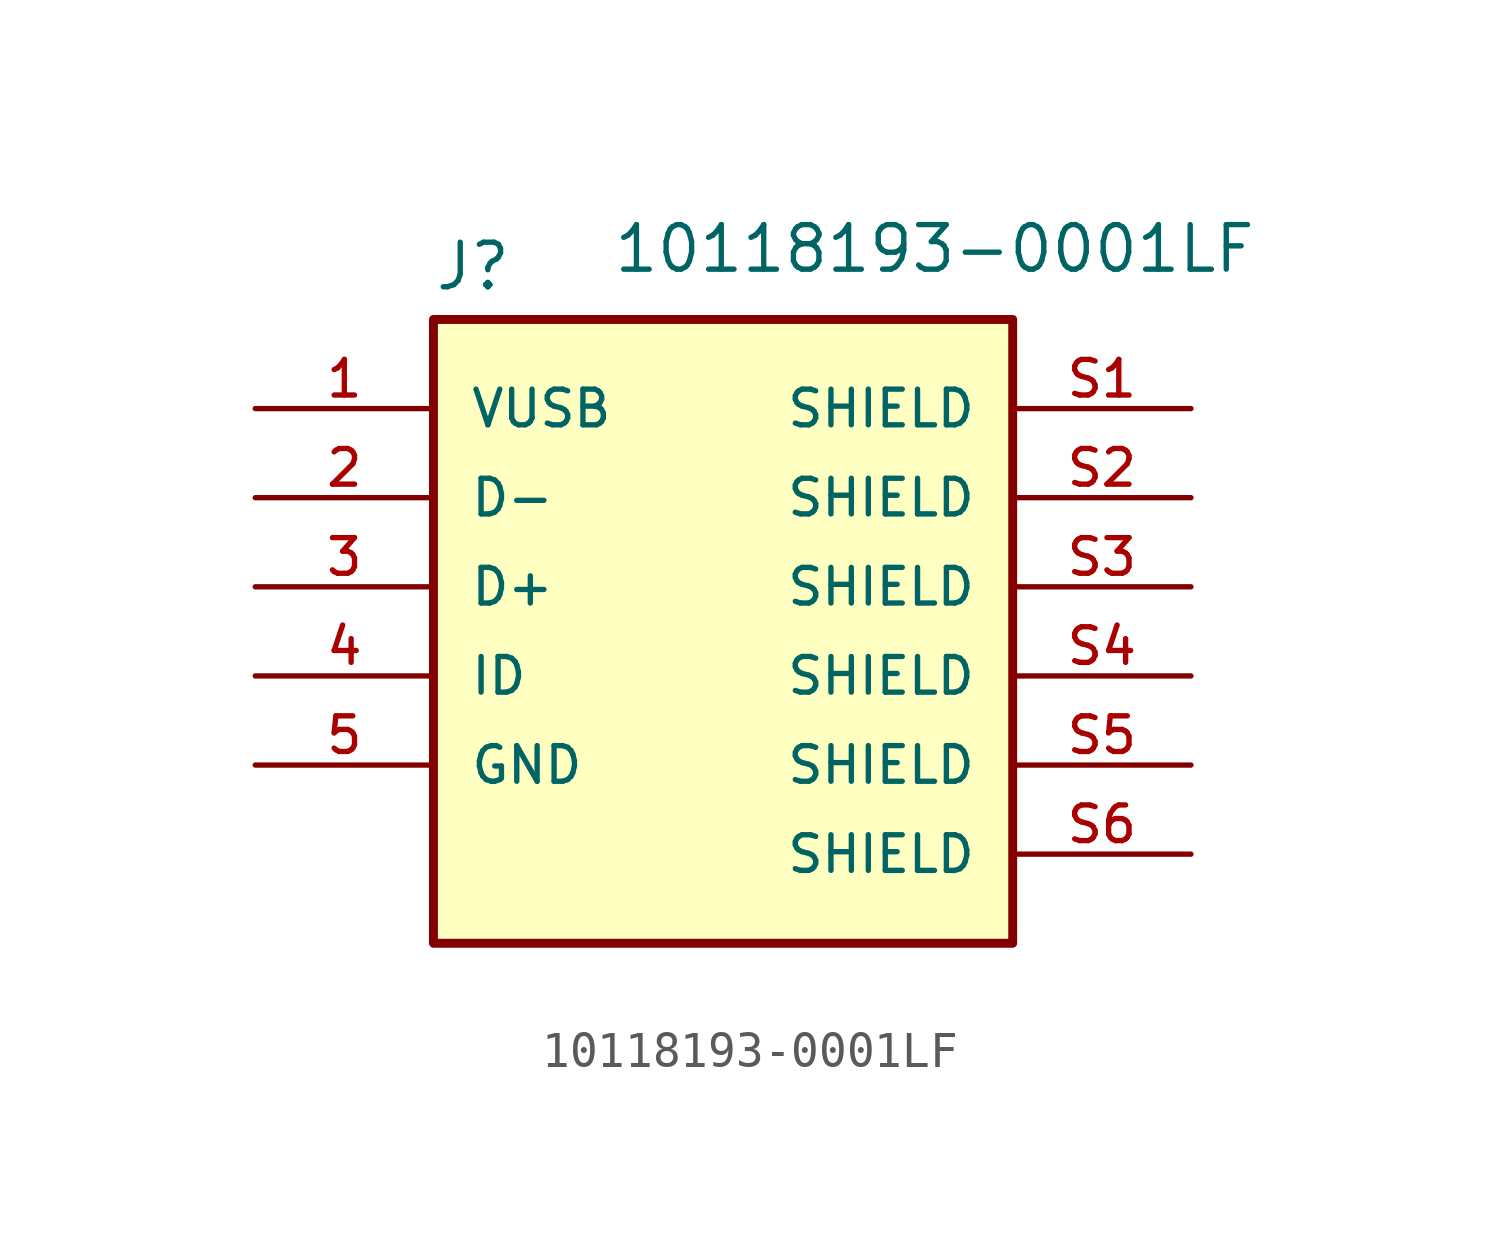
<source format=kicad_sym>
(kicad_symbol_lib
  (version 20231120)
  (generator "kicad_symbol_editor")
  (generator_version "8.0")
  (symbol "10118193-0001LF"
    (pin_names
      (offset 1.016))
    (property "Reference" "J"
      (at -5.082 10.929 0)
      (effects (font (size 1.27 1.27)) (justify left bottom)))
    (property "Value" "10118193-0001LF"
      (at 0 11.43 0)
      (effects (font (size 1.27 1.27)) (justify left bottom)))
    (symbol "10118193-0001LF_0_0"
      (rectangle (start -5.08 10.16) (end 11.43 -7.62) (stroke (width 0.254) (type default)) (fill (type background)))
      (pin passive line (at -10.16 7.62 0) (length 5.08) (name "VUSB" (effects (font (size 1.016 1.016)))) (number "1" (effects (font (size 1.016 1.016)))))
      (pin passive line (at -10.16 5.08 0) (length 5.08) (name "D-" (effects (font (size 1.016 1.016)))) (number "2" (effects (font (size 1.016 1.016)))))
      (pin passive line (at -10.16 2.54 0) (length 5.08) (name "D+" (effects (font (size 1.016 1.016)))) (number "3" (effects (font (size 1.016 1.016)))))
      (pin passive line (at -10.16 0 0) (length 5.08) (name "ID" (effects (font (size 1.016 1.016)))) (number "4" (effects (font (size 1.016 1.016)))))
      (pin passive line (at -10.16 -2.54 0) (length 5.08) (name "GND" (effects (font (size 1.016 1.016)))) (number "5" (effects (font (size 1.016 1.016)))))
      (pin passive line (at 16.51 7.62 180) (length 5.08) (name "SHIELD" (effects (font (size 1.016 1.016)))) (number "S1" (effects (font (size 1.016 1.016)))))
      (pin passive line (at 16.51 5.08 180) (length 5.08) (name "SHIELD" (effects (font (size 1.016 1.016)))) (number "S2" (effects (font (size 1.016 1.016)))))
      (pin passive line (at 16.51 2.54 180) (length 5.08) (name "SHIELD" (effects (font (size 1.016 1.016)))) (number "S3" (effects (font (size 1.016 1.016)))))
      (pin passive line (at 16.51 0 180) (length 5.08) (name "SHIELD" (effects (font (size 1.016 1.016)))) (number "S4" (effects (font (size 1.016 1.016)))))
      (pin passive line (at 16.51 -2.54 180) (length 5.08) (name "SHIELD" (effects (font (size 1.016 1.016)))) (number "S5" (effects (font (size 1.016 1.016)))))
      (pin passive line (at 16.51 -5.08 180) (length 5.08) (name "SHIELD" (effects (font (size 1.016 1.016)))) (number "S6" (effects (font (size 1.016 1.016))))))))
</source>
